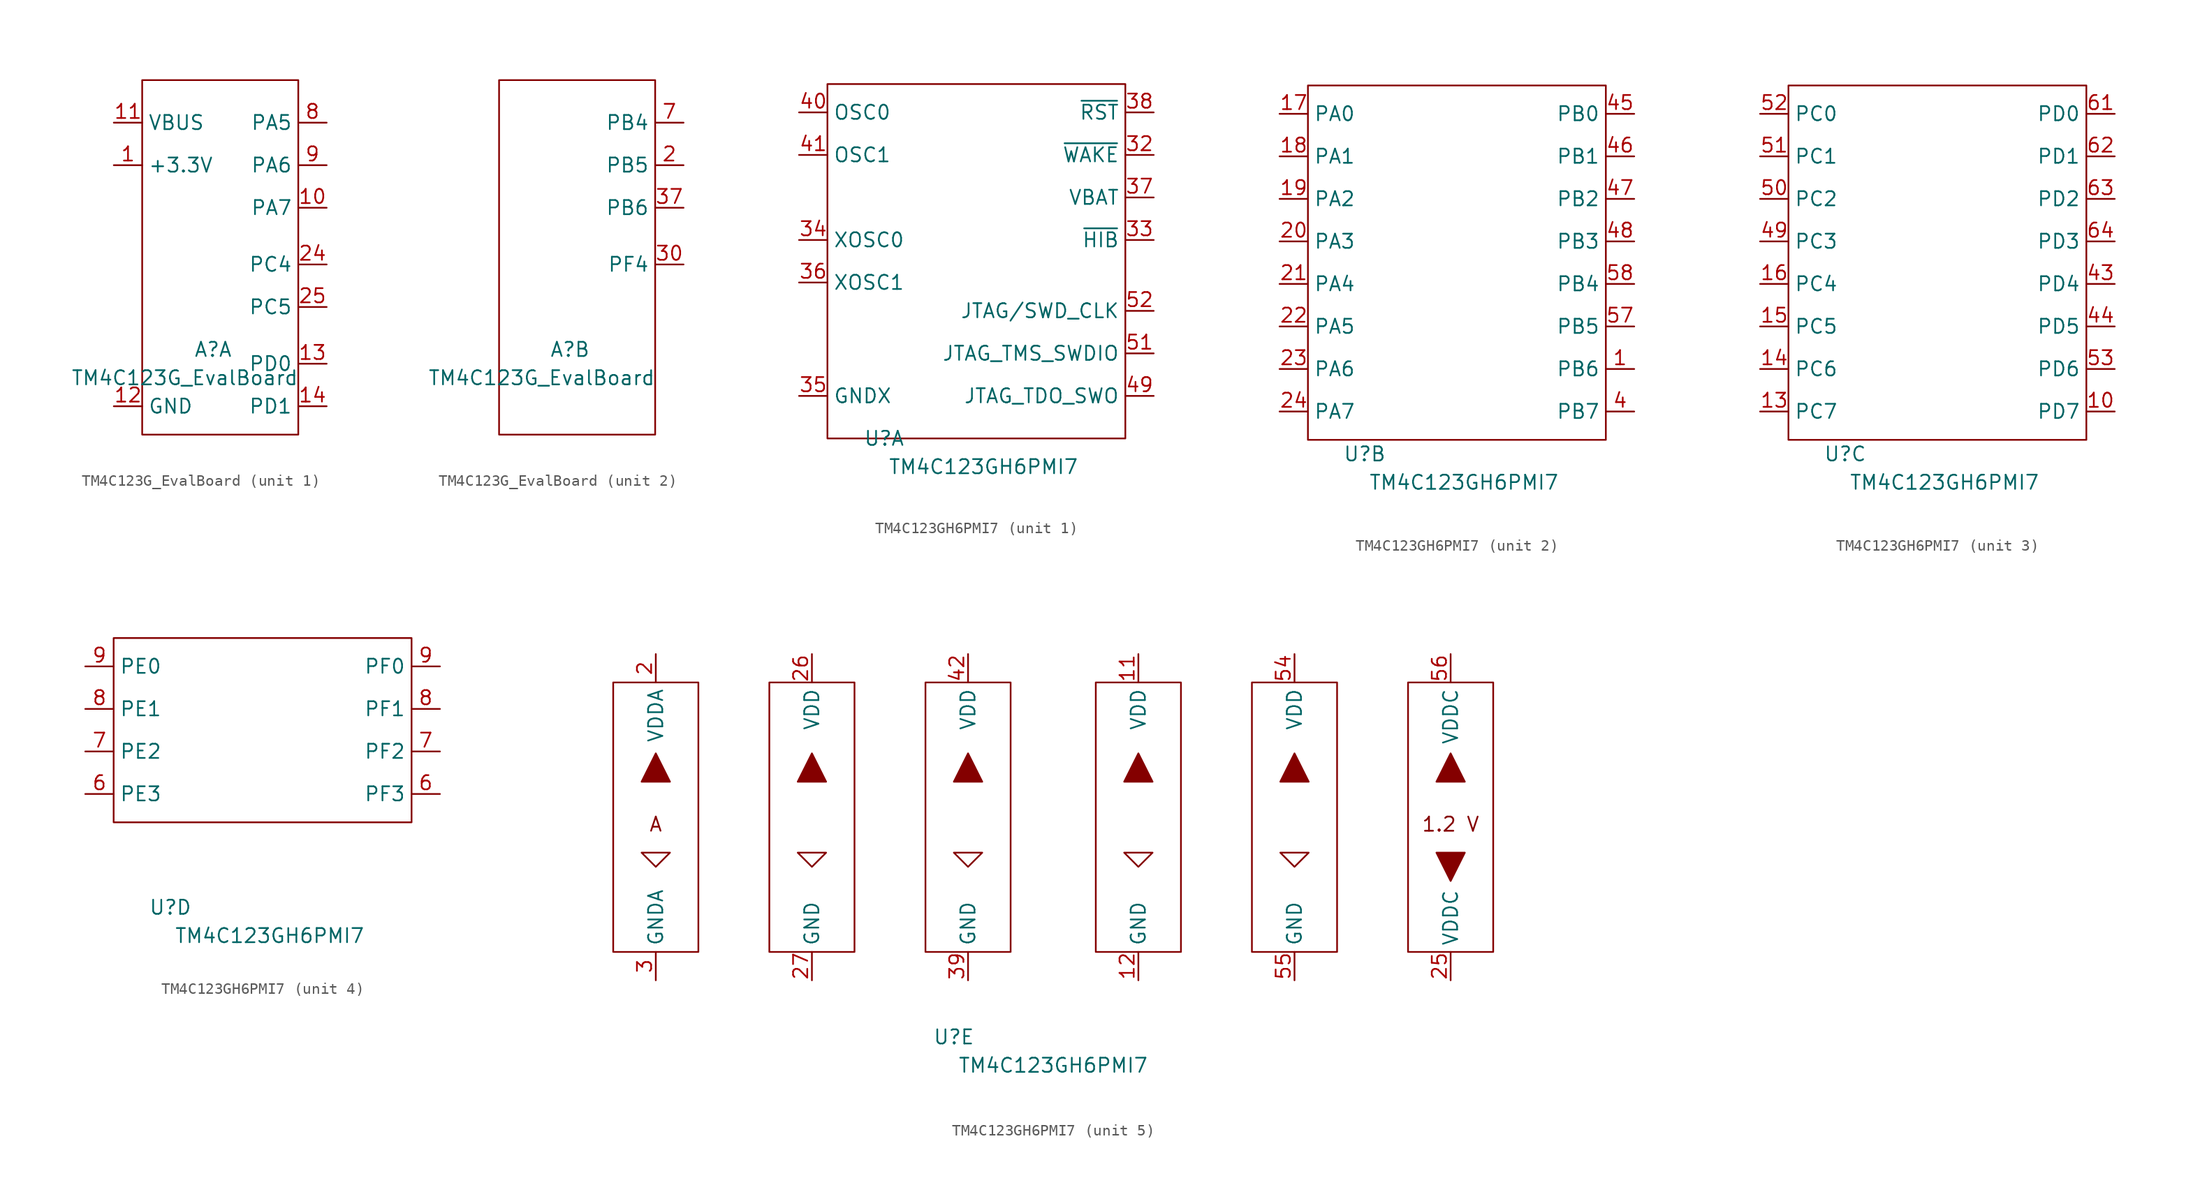
<source format=kicad_sym>
(kicad_symbol_lib
  (version 20220914)
  (generator kicad_symbol_editor)
  (symbol "TM4C123G_EvalBoard"
    (property "Reference" "A"
      (at 0 -5.08 0)
      (effects (font (size 1.27 1.27))))
    (property "Value" "TM4C123G_EvalBoard"
      (at -2.54 -7.62 0)
      (effects (font (size 1.27 1.27))))
    (property "ki_locked" ""
      (at 0 0 0)
      (effects (font (size 1.27 1.27))))
    (symbol "TM4C123G_EvalBoard_0_1"
      (rectangle (start -6.35 19.05) (end 7.62 -12.7) (stroke (width 0) (type default)) (fill (type none))))
    (symbol "TM4C123G_EvalBoard_1_1"
      (pin power_in line (at -8.89 11.43 0) (length 2.54) (name "+3.3V" (effects (font (size 1.27 1.27)))) (number "1" (effects (font (size 1.27 1.27)))))
      (pin bidirectional line (at 10.16 7.62 180) (length 2.54) (name "PA7" (effects (font (size 1.27 1.27)))) (number "10" (effects (font (size 1.27 1.27)))))
      (pin power_in line (at -8.89 15.24 0) (length 2.54) (name "VBUS" (effects (font (size 1.27 1.27)))) (number "11" (effects (font (size 1.27 1.27)))))
      (pin power_in line (at -8.89 -10.16 0) (length 2.54) (name "GND" (effects (font (size 1.27 1.27)))) (number "12" (effects (font (size 1.27 1.27)))))
      (pin bidirectional line (at 10.16 -6.35 180) (length 2.54) (name "PD0" (effects (font (size 1.27 1.27)))) (number "13" (effects (font (size 1.27 1.27)))))
      (pin bidirectional line (at 10.16 -10.16 180) (length 2.54) (name "PD1" (effects (font (size 1.27 1.27)))) (number "14" (effects (font (size 1.27 1.27)))))
      (pin bidirectional line (at 10.16 2.54 180) (length 2.54) (name "PC4" (effects (font (size 1.27 1.27)))) (number "24" (effects (font (size 1.27 1.27)))))
      (pin bidirectional line (at 10.16 -1.27 180) (length 2.54) (name "PC5" (effects (font (size 1.27 1.27)))) (number "25" (effects (font (size 1.27 1.27)))))
      (pin power_in line (at -8.89 -10.16 0) (length 2.54) hide (name "GND" (effects (font (size 1.27 1.27)))) (number "31" (effects (font (size 1.27 1.27)))))
      (pin bidirectional line (at 10.16 15.24 180) (length 2.54) (name "PA5" (effects (font (size 1.27 1.27)))) (number "8" (effects (font (size 1.27 1.27)))))
      (pin bidirectional line (at 10.16 11.43 180) (length 2.54) (name "PA6" (effects (font (size 1.27 1.27)))) (number "9" (effects (font (size 1.27 1.27))))))
    (symbol "TM4C123G_EvalBoard_2_1"
      (pin bidirectional line (at 10.16 11.43 180) (length 2.54) (name "PB5" (effects (font (size 1.27 1.27)))) (number "2" (effects (font (size 1.27 1.27)))))
      (pin bidirectional line (at 10.16 2.54 180) (length 2.54) (name "PF4" (effects (font (size 1.27 1.27)))) (number "30" (effects (font (size 1.27 1.27)))))
      (pin bidirectional line (at 10.16 7.62 180) (length 2.54) (name "PB6" (effects (font (size 1.27 1.27)))) (number "37" (effects (font (size 1.27 1.27)))))
      (pin bidirectional line (at 10.16 15.24 180) (length 2.54) (name "PB4" (effects (font (size 1.27 1.27)))) (number "7" (effects (font (size 1.27 1.27)))))))
  (symbol "TM4C123GH6PMI7"
    (property "Reference" "U"
      (at -8.89 -16.51 0)
      (effects (font (size 1.27 1.27))))
    (property "Value" "TM4C123GH6PMI7"
      (at 0 -19.05 0)
      (effects (font (size 1.27 1.27))))
    (property "ki_locked" ""
      (at 0 0 0)
      (effects (font (size 1.27 1.27))))
    (symbol "TM4C123GH6PMI7_1_1"
      (rectangle (start -13.97 15.24) (end 12.7 -16.51) (stroke (width 0) (type default)) (fill (type none)))
      (pin input line (at 15.24 8.89 180) (length 2.54) (name "~{WAKE}" (effects (font (size 1.27 1.27)))) (number "32" (effects (font (size 1.27 1.27)))))
      (pin output line (at 15.24 1.27 180) (length 2.54) (name "~{HIB}" (effects (font (size 1.27 1.27)))) (number "33" (effects (font (size 1.27 1.27)))))
      (pin bidirectional line (at -16.51 1.27 0) (length 2.54) (name "XOSC0" (effects (font (size 1.27 1.27)))) (number "34" (effects (font (size 1.27 1.27)))))
      (pin power_in line (at -16.51 -12.7 0) (length 2.54) (name "GNDX" (effects (font (size 1.27 1.27)))) (number "35" (effects (font (size 1.27 1.27)))))
      (pin bidirectional line (at -16.51 -2.54 0) (length 2.54) (name "XOSC1" (effects (font (size 1.27 1.27)))) (number "36" (effects (font (size 1.27 1.27)))))
      (pin power_in line (at 15.24 5.08 180) (length 2.54) (name "VBAT" (effects (font (size 1.27 1.27)))) (number "37" (effects (font (size 1.27 1.27)))))
      (pin input line (at 15.24 12.7 180) (length 2.54) (name "~{RST}" (effects (font (size 1.27 1.27)))) (number "38" (effects (font (size 1.27 1.27)))))
      (pin bidirectional line (at -16.51 12.7 0) (length 2.54) (name "OSC0" (effects (font (size 1.27 1.27)))) (number "40" (effects (font (size 1.27 1.27)))))
      (pin bidirectional line (at -16.51 8.89 0) (length 2.54) (name "OSC1" (effects (font (size 1.27 1.27)))) (number "41" (effects (font (size 1.27 1.27)))))
      (pin output line (at 15.24 -12.7 180) (length 2.54) (name "JTAG_TDO_SWO" (effects (font (size 1.27 1.27)))) (number "49" (effects (font (size 1.27 1.27)))))
      (pin bidirectional line (at 15.24 -8.89 180) (length 2.54) (name "JTAG_TMS_SWDIO" (effects (font (size 1.27 1.27)))) (number "51" (effects (font (size 1.27 1.27)))))
      (pin input line (at 15.24 -5.08 180) (length 2.54) (name "JTAG/SWD_CLK" (effects (font (size 1.27 1.27)))) (number "52" (effects (font (size 1.27 1.27))))))
    (symbol "TM4C123GH6PMI7_2_1"
      (rectangle (start -13.97 16.51) (end 12.7 -15.24) (stroke (width 0) (type default)) (fill (type none)))
      (pin bidirectional line (at 15.24 -8.89 180) (length 2.54) (name "PB6" (effects (font (size 1.27 1.27)))) (number "1" (effects (font (size 1.27 1.27)))))
      (pin bidirectional line (at -16.51 13.97 0) (length 2.54) (name "PA0" (effects (font (size 1.27 1.27)))) (number "17" (effects (font (size 1.27 1.27)))))
      (pin bidirectional line (at -16.51 10.16 0) (length 2.54) (name "PA1" (effects (font (size 1.27 1.27)))) (number "18" (effects (font (size 1.27 1.27)))))
      (pin bidirectional line (at -16.51 6.35 0) (length 2.54) (name "PA2" (effects (font (size 1.27 1.27)))) (number "19" (effects (font (size 1.27 1.27)))))
      (pin bidirectional line (at -16.51 2.54 0) (length 2.54) (name "PA3" (effects (font (size 1.27 1.27)))) (number "20" (effects (font (size 1.27 1.27)))))
      (pin bidirectional line (at -16.51 -1.27 0) (length 2.54) (name "PA4" (effects (font (size 1.27 1.27)))) (number "21" (effects (font (size 1.27 1.27)))))
      (pin bidirectional line (at -16.51 -5.08 0) (length 2.54) (name "PA5" (effects (font (size 1.27 1.27)))) (number "22" (effects (font (size 1.27 1.27)))))
      (pin bidirectional line (at -16.51 -8.89 0) (length 2.54) (name "PA6" (effects (font (size 1.27 1.27)))) (number "23" (effects (font (size 1.27 1.27)))))
      (pin bidirectional line (at -16.51 -12.7 0) (length 2.54) (name "PA7" (effects (font (size 1.27 1.27)))) (number "24" (effects (font (size 1.27 1.27)))))
      (pin bidirectional line (at 15.24 -12.7 180) (length 2.54) (name "PB7" (effects (font (size 1.27 1.27)))) (number "4" (effects (font (size 1.27 1.27)))))
      (pin bidirectional line (at 15.24 13.97 180) (length 2.54) (name "PB0" (effects (font (size 1.27 1.27)))) (number "45" (effects (font (size 1.27 1.27)))))
      (pin bidirectional line (at 15.24 10.16 180) (length 2.54) (name "PB1" (effects (font (size 1.27 1.27)))) (number "46" (effects (font (size 1.27 1.27)))))
      (pin bidirectional line (at 15.24 6.35 180) (length 2.54) (name "PB2" (effects (font (size 1.27 1.27)))) (number "47" (effects (font (size 1.27 1.27)))))
      (pin bidirectional line (at 15.24 2.54 180) (length 2.54) (name "PB3" (effects (font (size 1.27 1.27)))) (number "48" (effects (font (size 1.27 1.27)))))
      (pin bidirectional line (at 15.24 -5.08 180) (length 2.54) (name "PB5" (effects (font (size 1.27 1.27)))) (number "57" (effects (font (size 1.27 1.27)))))
      (pin bidirectional line (at 15.24 -1.27 180) (length 2.54) (name "PB4" (effects (font (size 1.27 1.27)))) (number "58" (effects (font (size 1.27 1.27))))))
    (symbol "TM4C123GH6PMI7_3_1"
      (rectangle (start -13.97 16.51) (end 12.7 -15.24) (stroke (width 0) (type default)) (fill (type none)))
      (pin bidirectional line (at 15.24 -12.7 180) (length 2.54) (name "PD7" (effects (font (size 1.27 1.27)))) (number "10" (effects (font (size 1.27 1.27)))))
      (pin bidirectional line (at -16.51 -12.7 0) (length 2.54) (name "PC7" (effects (font (size 1.27 1.27)))) (number "13" (effects (font (size 1.27 1.27)))))
      (pin bidirectional line (at -16.51 -8.89 0) (length 2.54) (name "PC6" (effects (font (size 1.27 1.27)))) (number "14" (effects (font (size 1.27 1.27)))))
      (pin bidirectional line (at -16.51 -5.08 0) (length 2.54) (name "PC5" (effects (font (size 1.27 1.27)))) (number "15" (effects (font (size 1.27 1.27)))))
      (pin bidirectional line (at -16.51 -1.27 0) (length 2.54) (name "PC4" (effects (font (size 1.27 1.27)))) (number "16" (effects (font (size 1.27 1.27)))))
      (pin bidirectional line (at 15.24 -1.27 180) (length 2.54) (name "PD4" (effects (font (size 1.27 1.27)))) (number "43" (effects (font (size 1.27 1.27)))))
      (pin bidirectional line (at 15.24 -5.08 180) (length 2.54) (name "PD5" (effects (font (size 1.27 1.27)))) (number "44" (effects (font (size 1.27 1.27)))))
      (pin bidirectional line (at -16.51 2.54 0) (length 2.54) (name "PC3" (effects (font (size 1.27 1.27)))) (number "49" (effects (font (size 1.27 1.27)))))
      (pin bidirectional line (at -16.51 6.35 0) (length 2.54) (name "PC2" (effects (font (size 1.27 1.27)))) (number "50" (effects (font (size 1.27 1.27)))))
      (pin bidirectional line (at -16.51 10.16 0) (length 2.54) (name "PC1" (effects (font (size 1.27 1.27)))) (number "51" (effects (font (size 1.27 1.27)))))
      (pin bidirectional line (at -16.51 13.97 0) (length 2.54) (name "PC0" (effects (font (size 1.27 1.27)))) (number "52" (effects (font (size 1.27 1.27)))))
      (pin bidirectional line (at 15.24 -8.89 180) (length 2.54) (name "PD6" (effects (font (size 1.27 1.27)))) (number "53" (effects (font (size 1.27 1.27)))))
      (pin bidirectional line (at 15.24 13.97 180) (length 2.54) (name "PD0" (effects (font (size 1.27 1.27)))) (number "61" (effects (font (size 1.27 1.27)))))
      (pin bidirectional line (at 15.24 10.16 180) (length 2.54) (name "PD1" (effects (font (size 1.27 1.27)))) (number "62" (effects (font (size 1.27 1.27)))))
      (pin bidirectional line (at 15.24 6.35 180) (length 2.54) (name "PD2" (effects (font (size 1.27 1.27)))) (number "63" (effects (font (size 1.27 1.27)))))
      (pin bidirectional line (at 15.24 2.54 180) (length 2.54) (name "PD3" (effects (font (size 1.27 1.27)))) (number "64" (effects (font (size 1.27 1.27))))))
    (symbol "TM4C123GH6PMI7_4_1"
      (rectangle (start -13.97 7.62) (end 12.7 -8.89) (stroke (width 0) (type default)) (fill (type none)))
      (pin bidirectional line (at -16.51 -6.35 0) (length 2.54) (name "PE3" (effects (font (size 1.27 1.27)))) (number "6" (effects (font (size 1.27 1.27)))))
      (pin bidirectional line (at 15.24 -6.35 180) (length 2.54) (name "PF3" (effects (font (size 1.27 1.27)))) (number "6" (effects (font (size 1.27 1.27)))))
      (pin bidirectional line (at -16.51 -2.54 0) (length 2.54) (name "PE2" (effects (font (size 1.27 1.27)))) (number "7" (effects (font (size 1.27 1.27)))))
      (pin bidirectional line (at 15.24 -2.54 180) (length 2.54) (name "PF2" (effects (font (size 1.27 1.27)))) (number "7" (effects (font (size 1.27 1.27)))))
      (pin bidirectional line (at -16.51 1.27 0) (length 2.54) (name "PE1" (effects (font (size 1.27 1.27)))) (number "8" (effects (font (size 1.27 1.27)))))
      (pin bidirectional line (at 15.24 1.27 180) (length 2.54) (name "PF1" (effects (font (size 1.27 1.27)))) (number "8" (effects (font (size 1.27 1.27)))))
      (pin bidirectional line (at -16.51 5.08 0) (length 2.54) (name "PE0" (effects (font (size 1.27 1.27)))) (number "9" (effects (font (size 1.27 1.27)))))
      (pin bidirectional line (at 15.24 5.08 180) (length 2.54) (name "PF0" (effects (font (size 1.27 1.27)))) (number "9" (effects (font (size 1.27 1.27))))))
    (symbol "TM4C123GH6PMI7_5_1"
      (polyline (pts (xy -36.83 0) (xy -34.29 0) (xy -35.56 -1.27) (xy -36.83 0)) (stroke (width 0) (type default)) (fill (type none)))
      (polyline (pts (xy -35.56 8.89) (xy -36.83 6.35) (xy -34.29 6.35) (xy -35.56 8.89)) (stroke (width 0) (type default)) (fill (type outline)))
      (polyline (pts (xy -22.86 0) (xy -20.32 0) (xy -21.59 -1.27) (xy -22.86 0)) (stroke (width 0) (type default)) (fill (type none)))
      (polyline (pts (xy -21.59 8.89) (xy -22.86 6.35) (xy -20.32 6.35) (xy -21.59 8.89)) (stroke (width 0) (type default)) (fill (type outline)))
      (polyline (pts (xy -8.89 0) (xy -6.35 0) (xy -7.62 -1.27) (xy -8.89 0)) (stroke (width 0) (type default)) (fill (type none)))
      (polyline (pts (xy -7.62 8.89) (xy -8.89 6.35) (xy -6.35 6.35) (xy -7.62 8.89)) (stroke (width 0) (type default)) (fill (type outline)))
      (polyline (pts (xy 6.35 0) (xy 8.89 0) (xy 7.62 -1.27) (xy 6.35 0)) (stroke (width 0) (type default)) (fill (type none)))
      (polyline (pts (xy 7.62 8.89) (xy 6.35 6.35) (xy 8.89 6.35) (xy 7.62 8.89)) (stroke (width 0) (type default)) (fill (type outline)))
      (polyline (pts (xy 20.32 0) (xy 22.86 0) (xy 21.59 -1.27) (xy 20.32 0)) (stroke (width 0) (type default)) (fill (type none)))
      (polyline (pts (xy 21.59 8.89) (xy 20.32 6.35) (xy 22.86 6.35) (xy 21.59 8.89)) (stroke (width 0) (type default)) (fill (type outline)))
      (polyline (pts (xy 35.56 -2.54) (xy 36.83 0) (xy 34.29 0) (xy 35.56 -2.54)) (stroke (width 0) (type default)) (fill (type outline)))
      (polyline (pts (xy 35.56 8.89) (xy 34.29 6.35) (xy 36.83 6.35) (xy 35.56 8.89)) (stroke (width 0) (type default)) (fill (type outline)))
      (polyline (pts (xy -39.37 15.24) (xy -31.75 15.24) (xy -31.75 -8.89) (xy -39.37 -8.89) (xy -39.37 15.24)) (stroke (width 0) (type default)) (fill (type none)))
      (polyline (pts (xy -25.4 15.24) (xy -17.78 15.24) (xy -17.78 -8.89) (xy -25.4 -8.89) (xy -25.4 15.24)) (stroke (width 0) (type default)) (fill (type none)))
      (polyline (pts (xy -11.43 15.24) (xy -3.81 15.24) (xy -3.81 -8.89) (xy -11.43 -8.89) (xy -11.43 15.24)) (stroke (width 0) (type default)) (fill (type none)))
      (polyline (pts (xy 3.81 15.24) (xy 11.43 15.24) (xy 11.43 -8.89) (xy 3.81 -8.89) (xy 3.81 15.24)) (stroke (width 0) (type default)) (fill (type none)))
      (polyline (pts (xy 17.78 15.24) (xy 25.4 15.24) (xy 25.4 -8.89) (xy 17.78 -8.89) (xy 17.78 15.24)) (stroke (width 0) (type default)) (fill (type none)))
      (polyline (pts (xy 31.75 15.24) (xy 39.37 15.24) (xy 39.37 -8.89) (xy 31.75 -8.89) (xy 31.75 15.24)) (stroke (width 0) (type default)) (fill (type none)))
      (text "1.2 V" (at 35.56 2.54 0) (effects (font (size 1.27 1.27))))
      (text "A" (at -35.56 2.54 0) (effects (font (size 1.27 1.27))))
      (pin power_in line (at 7.62 17.78 270) (length 2.54) (name "VDD" (effects (font (size 1.27 1.27)))) (number "11" (effects (font (size 1.27 1.27)))))
      (pin power_in line (at 7.62 -11.43 90) (length 2.54) (name "GND" (effects (font (size 1.27 1.27)))) (number "12" (effects (font (size 1.27 1.27)))))
      (pin power_in line (at -35.56 17.78 270) (length 2.54) (name "VDDA" (effects (font (size 1.27 1.27)))) (number "2" (effects (font (size 1.27 1.27)))))
      (pin power_out line (at 35.56 -11.43 90) (length 2.54) (name "VDDC" (effects (font (size 1.27 1.27)))) (number "25" (effects (font (size 1.27 1.27)))))
      (pin power_in line (at -21.59 17.78 270) (length 2.54) (name "VDD" (effects (font (size 1.27 1.27)))) (number "26" (effects (font (size 1.27 1.27)))))
      (pin power_in line (at -21.59 -11.43 90) (length 2.54) (name "GND" (effects (font (size 1.27 1.27)))) (number "27" (effects (font (size 1.27 1.27)))))
      (pin power_in line (at -35.56 -11.43 90) (length 2.54) (name "GNDA" (effects (font (size 1.27 1.27)))) (number "3" (effects (font (size 1.27 1.27)))))
      (pin power_in line (at -7.62 -11.43 90) (length 2.54) (name "GND" (effects (font (size 1.27 1.27)))) (number "39" (effects (font (size 1.27 1.27)))))
      (pin power_in line (at -7.62 17.78 270) (length 2.54) (name "VDD" (effects (font (size 1.27 1.27)))) (number "42" (effects (font (size 1.27 1.27)))))
      (pin power_in line (at 21.59 17.78 270) (length 2.54) (name "VDD" (effects (font (size 1.27 1.27)))) (number "54" (effects (font (size 1.27 1.27)))))
      (pin power_in line (at 21.59 -11.43 90) (length 2.54) (name "GND" (effects (font (size 1.27 1.27)))) (number "55" (effects (font (size 1.27 1.27)))))
      (pin power_out line (at 35.56 17.78 270) (length 2.54) (name "VDDC" (effects (font (size 1.27 1.27)))) (number "56" (effects (font (size 1.27 1.27))))))))
</source>
